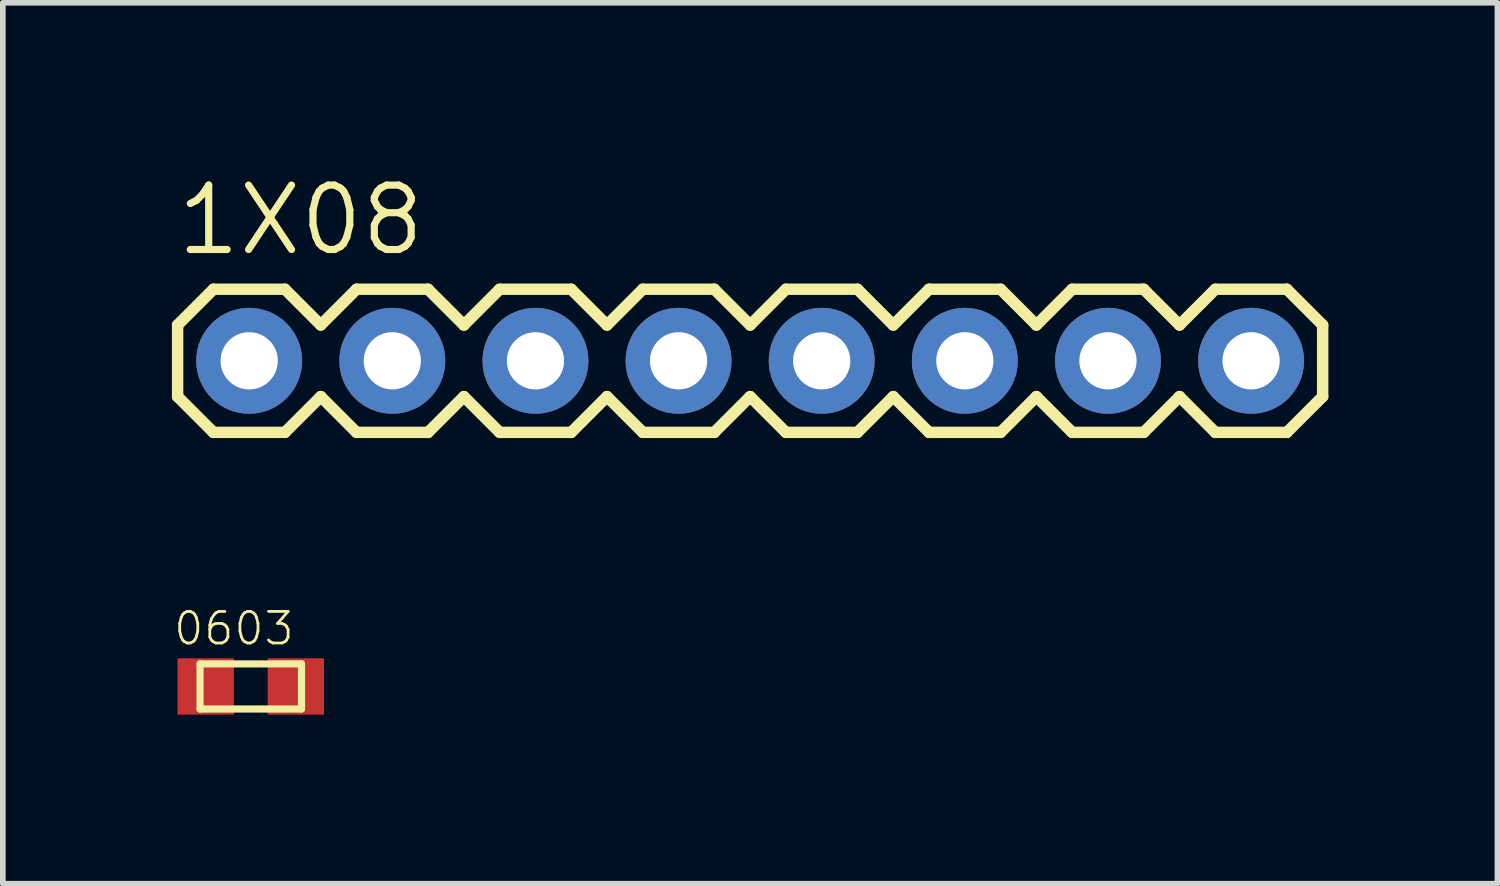
<source format=kicad_pcb>
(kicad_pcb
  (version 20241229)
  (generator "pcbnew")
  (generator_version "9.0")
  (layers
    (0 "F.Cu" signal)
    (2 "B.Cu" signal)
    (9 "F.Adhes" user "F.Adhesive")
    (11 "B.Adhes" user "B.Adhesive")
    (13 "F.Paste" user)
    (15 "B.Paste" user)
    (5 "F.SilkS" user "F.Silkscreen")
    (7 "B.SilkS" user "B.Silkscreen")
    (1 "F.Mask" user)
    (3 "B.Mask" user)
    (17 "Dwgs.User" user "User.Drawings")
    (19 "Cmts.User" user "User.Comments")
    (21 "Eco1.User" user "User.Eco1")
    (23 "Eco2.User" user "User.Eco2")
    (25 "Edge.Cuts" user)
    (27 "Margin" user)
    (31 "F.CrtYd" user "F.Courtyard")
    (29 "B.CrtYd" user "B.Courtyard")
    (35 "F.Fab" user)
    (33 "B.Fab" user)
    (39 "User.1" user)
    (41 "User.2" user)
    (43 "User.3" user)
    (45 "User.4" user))
  (footprint "0603"
    (layer "F.Cu")
    (at 1.4 9.132)
    (property "Reference" "0603" (at -1.4 -0.7 0) (unlocked yes) (layer "F.SilkS") (effects (font (size 0.561 0.561) (thickness 0.049)) (justify left bottom)))
    (fp_poly (pts (xy -1.2 0.4) (xy -0.4 0.4) (xy -0.4 -0.4) (xy -1.2 -0.4)) (stroke (width 0) (type default)) (fill yes) (layer "F.Mask"))
    (fp_poly (pts (xy 0.4 0.4) (xy 1.2 0.4) (xy 1.2 -0.4) (xy 0.4 -0.4)) (stroke (width 0) (type default)) (fill yes) (layer "F.Mask"))
    (fp_line (start -0.9 -0.4) (end 0.9 -0.4) (stroke (width 0.127) (type solid)) (layer "F.SilkS"))
    (fp_line (start -0.9 0.4) (end -0.9 -0.4) (stroke (width 0.127) (type solid)) (layer "F.SilkS"))
    (fp_line (start 0.9 -0.4) (end 0.9 0.4) (stroke (width 0.127) (type solid)) (layer "F.SilkS"))
    (fp_line (start 0.9 0.4) (end -0.9 0.4) (stroke (width 0.127) (type solid)) (layer "F.SilkS"))
    (fp_poly (pts (xy -1.1 0.3) (xy -0.5 0.3) (xy -0.5 -0.3) (xy -1.1 -0.3)) (stroke (width 0) (type default)) (fill yes) (layer "F.Paste"))
    (fp_poly (pts (xy 0.5 0.3) (xy 1.1 0.3) (xy 1.1 -0.3) (xy 0.5 -0.3)) (stroke (width 0) (type default)) (fill yes) (layer "F.Paste"))
    (pad "P$1" smd rect (at -0.8 0) (size 1 1) (layers "F.Cu"))
    (pad "P$2" smd rect (at 0.8 0) (size 1 1) (layers "F.Cu")))
  (footprint "1X08"
    (layer "F.Cu")
    (at 1.372 3.353)
    (property "Reference" "1X08" (at -1.346 -1.829 0) (unlocked yes) (layer "F.SilkS") (effects (font (size 1.143 1.143) (thickness 0.127)) (justify left bottom)))
    (fp_line (start -1.27 -0.635) (end -1.27 0.635) (stroke (width 0.203) (type solid)) (layer "F.SilkS"))
    (fp_line (start -1.27 0.635) (end -0.635 1.27) (stroke (width 0.203) (type solid)) (layer "F.SilkS"))
    (fp_line (start -0.635 -1.27) (end -1.27 -0.635) (stroke (width 0.203) (type solid)) (layer "F.SilkS"))
    (fp_line (start -0.635 -1.27) (end 0.635 -1.27) (stroke (width 0.203) (type solid)) (layer "F.SilkS"))
    (fp_line (start 0.635 -1.27) (end 1.27 -0.635) (stroke (width 0.203) (type solid)) (layer "F.SilkS"))
    (fp_line (start 0.635 1.27) (end -0.635 1.27) (stroke (width 0.203) (type solid)) (layer "F.SilkS"))
    (fp_line (start 1.27 -0.635) (end 1.905 -1.27) (stroke (width 0.203) (type solid)) (layer "F.SilkS"))
    (fp_line (start 1.27 0.635) (end 0.635 1.27) (stroke (width 0.203) (type solid)) (layer "F.SilkS"))
    (fp_line (start 1.905 -1.27) (end 3.175 -1.27) (stroke (width 0.203) (type solid)) (layer "F.SilkS"))
    (fp_line (start 1.905 1.27) (end 1.27 0.635) (stroke (width 0.203) (type solid)) (layer "F.SilkS"))
    (fp_line (start 3.175 -1.27) (end 3.81 -0.635) (stroke (width 0.203) (type solid)) (layer "F.SilkS"))
    (fp_line (start 3.175 1.27) (end 1.905 1.27) (stroke (width 0.203) (type solid)) (layer "F.SilkS"))
    (fp_line (start 3.81 -0.635) (end 4.445 -1.27) (stroke (width 0.203) (type solid)) (layer "F.SilkS"))
    (fp_line (start 3.81 0.635) (end 3.175 1.27) (stroke (width 0.203) (type solid)) (layer "F.SilkS"))
    (fp_line (start 4.445 -1.27) (end 5.715 -1.27) (stroke (width 0.203) (type solid)) (layer "F.SilkS"))
    (fp_line (start 4.445 1.27) (end 3.81 0.635) (stroke (width 0.203) (type solid)) (layer "F.SilkS"))
    (fp_line (start 5.715 -1.27) (end 6.35 -0.635) (stroke (width 0.203) (type solid)) (layer "F.SilkS"))
    (fp_line (start 5.715 1.27) (end 4.445 1.27) (stroke (width 0.203) (type solid)) (layer "F.SilkS"))
    (fp_line (start 6.35 0.635) (end 5.715 1.27) (stroke (width 0.203) (type solid)) (layer "F.SilkS"))
    (fp_line (start 6.35 0.635) (end 6.985 1.27) (stroke (width 0.203) (type solid)) (layer "F.SilkS"))
    (fp_line (start 6.985 -1.27) (end 6.35 -0.635) (stroke (width 0.203) (type solid)) (layer "F.SilkS"))
    (fp_line (start 6.985 -1.27) (end 8.255 -1.27) (stroke (width 0.203) (type solid)) (layer "F.SilkS"))
    (fp_line (start 8.255 -1.27) (end 8.89 -0.635) (stroke (width 0.203) (type solid)) (layer "F.SilkS"))
    (fp_line (start 8.255 1.27) (end 6.985 1.27) (stroke (width 0.203) (type solid)) (layer "F.SilkS"))
    (fp_line (start 8.89 -0.635) (end 9.525 -1.27) (stroke (width 0.203) (type solid)) (layer "F.SilkS"))
    (fp_line (start 8.89 0.635) (end 8.255 1.27) (stroke (width 0.203) (type solid)) (layer "F.SilkS"))
    (fp_line (start 9.525 -1.27) (end 10.795 -1.27) (stroke (width 0.203) (type solid)) (layer "F.SilkS"))
    (fp_line (start 9.525 1.27) (end 8.89 0.635) (stroke (width 0.203) (type solid)) (layer "F.SilkS"))
    (fp_line (start 10.795 -1.27) (end 11.43 -0.635) (stroke (width 0.203) (type solid)) (layer "F.SilkS"))
    (fp_line (start 10.795 1.27) (end 9.525 1.27) (stroke (width 0.203) (type solid)) (layer "F.SilkS"))
    (fp_line (start 11.43 -0.635) (end 12.065 -1.27) (stroke (width 0.203) (type solid)) (layer "F.SilkS"))
    (fp_line (start 11.43 0.635) (end 10.795 1.27) (stroke (width 0.203) (type solid)) (layer "F.SilkS"))
    (fp_line (start 12.065 -1.27) (end 13.335 -1.27) (stroke (width 0.203) (type solid)) (layer "F.SilkS"))
    (fp_line (start 12.065 1.27) (end 11.43 0.635) (stroke (width 0.203) (type solid)) (layer "F.SilkS"))
    (fp_line (start 13.335 -1.27) (end 13.97 -0.635) (stroke (width 0.203) (type solid)) (layer "F.SilkS"))
    (fp_line (start 13.335 1.27) (end 12.065 1.27) (stroke (width 0.203) (type solid)) (layer "F.SilkS"))
    (fp_line (start 13.97 0.635) (end 13.335 1.27) (stroke (width 0.203) (type solid)) (layer "F.SilkS"))
    (fp_line (start 13.97 0.635) (end 14.605 1.27) (stroke (width 0.203) (type solid)) (layer "F.SilkS"))
    (fp_line (start 14.605 -1.27) (end 13.97 -0.635) (stroke (width 0.203) (type solid)) (layer "F.SilkS"))
    (fp_line (start 14.605 -1.27) (end 15.875 -1.27) (stroke (width 0.203) (type solid)) (layer "F.SilkS"))
    (fp_line (start 15.875 -1.27) (end 16.51 -0.635) (stroke (width 0.203) (type solid)) (layer "F.SilkS"))
    (fp_line (start 15.875 1.27) (end 14.605 1.27) (stroke (width 0.203) (type solid)) (layer "F.SilkS"))
    (fp_line (start 16.51 0.635) (end 15.875 1.27) (stroke (width 0.203) (type solid)) (layer "F.SilkS"))
    (fp_line (start 16.51 0.635) (end 17.145 1.27) (stroke (width 0.203) (type solid)) (layer "F.SilkS"))
    (fp_line (start 17.145 -1.27) (end 16.51 -0.635) (stroke (width 0.203) (type solid)) (layer "F.SilkS"))
    (fp_line (start 17.145 -1.27) (end 18.415 -1.27) (stroke (width 0.203) (type solid)) (layer "F.SilkS"))
    (fp_line (start 18.415 -1.27) (end 19.05 -0.635) (stroke (width 0.203) (type solid)) (layer "F.SilkS"))
    (fp_line (start 18.415 1.27) (end 17.145 1.27) (stroke (width 0.203) (type solid)) (layer "F.SilkS"))
    (fp_line (start 19.05 -0.635) (end 19.05 0.635) (stroke (width 0.203) (type solid)) (layer "F.SilkS"))
    (fp_line (start 19.05 0.635) (end 18.415 1.27) (stroke (width 0.203) (type solid)) (layer "F.SilkS"))
    (fp_poly (pts (xy -0.254 0.254) (xy 0.254 0.254) (xy 0.254 -0.254) (xy -0.254 -0.254)) (stroke (width 0.1) (type default)) (fill no) (layer "F.Fab"))
    (fp_poly (pts (xy 2.286 0.254) (xy 2.794 0.254) (xy 2.794 -0.254) (xy 2.286 -0.254)) (stroke (width 0.1) (type default)) (fill no) (layer "F.Fab"))
    (fp_poly (pts (xy 4.826 0.254) (xy 5.334 0.254) (xy 5.334 -0.254) (xy 4.826 -0.254)) (stroke (width 0.1) (type default)) (fill no) (layer "F.Fab"))
    (fp_poly (pts (xy 7.366 0.254) (xy 7.874 0.254) (xy 7.874 -0.254) (xy 7.366 -0.254)) (stroke (width 0.1) (type default)) (fill no) (layer "F.Fab"))
    (fp_poly (pts (xy 9.906 0.254) (xy 10.414 0.254) (xy 10.414 -0.254) (xy 9.906 -0.254)) (stroke (width 0.1) (type default)) (fill no) (layer "F.Fab"))
    (fp_poly (pts (xy 12.446 0.254) (xy 12.954 0.254) (xy 12.954 -0.254) (xy 12.446 -0.254)) (stroke (width 0.1) (type default)) (fill no) (layer "F.Fab"))
    (fp_poly (pts (xy 14.986 0.254) (xy 15.494 0.254) (xy 15.494 -0.254) (xy 14.986 -0.254)) (stroke (width 0.1) (type default)) (fill no) (layer "F.Fab"))
    (fp_poly (pts (xy 17.526 0.254) (xy 18.034 0.254) (xy 18.034 -0.254) (xy 17.526 -0.254)) (stroke (width 0.1) (type default)) (fill no) (layer "F.Fab"))
    (pad "1" thru_hole circle (at 0 0 90) (size 1.88 1.88) (drill 1.016) (layers "*.Cu" "*.Mask"))
    (pad "2" thru_hole circle (at 2.54 0 90) (size 1.88 1.88) (drill 1.016) (layers "*.Cu" "*.Mask"))
    (pad "3" thru_hole circle (at 5.08 0 90) (size 1.88 1.88) (drill 1.016) (layers "*.Cu" "*.Mask"))
    (pad "4" thru_hole circle (at 7.62 0 90) (size 1.88 1.88) (drill 1.016) (layers "*.Cu" "*.Mask"))
    (pad "5" thru_hole circle (at 10.16 0 90) (size 1.88 1.88) (drill 1.016) (layers "*.Cu" "*.Mask"))
    (pad "6" thru_hole circle (at 12.7 0 90) (size 1.88 1.88) (drill 1.016) (layers "*.Cu" "*.Mask"))
    (pad "7" thru_hole circle (at 15.24 0 90) (size 1.88 1.88) (drill 1.016) (layers "*.Cu" "*.Mask"))
    (pad "8" thru_hole circle (at 17.78 0 90) (size 1.88 1.88) (drill 1.016) (layers "*.Cu" "*.Mask")))
  (gr_rect
    (start -3 -3)
    (end 23.523 12.632)
    (stroke (width 0.1) (type default))
    (fill no)
    (layer "Edge.Cuts")))
</source>
